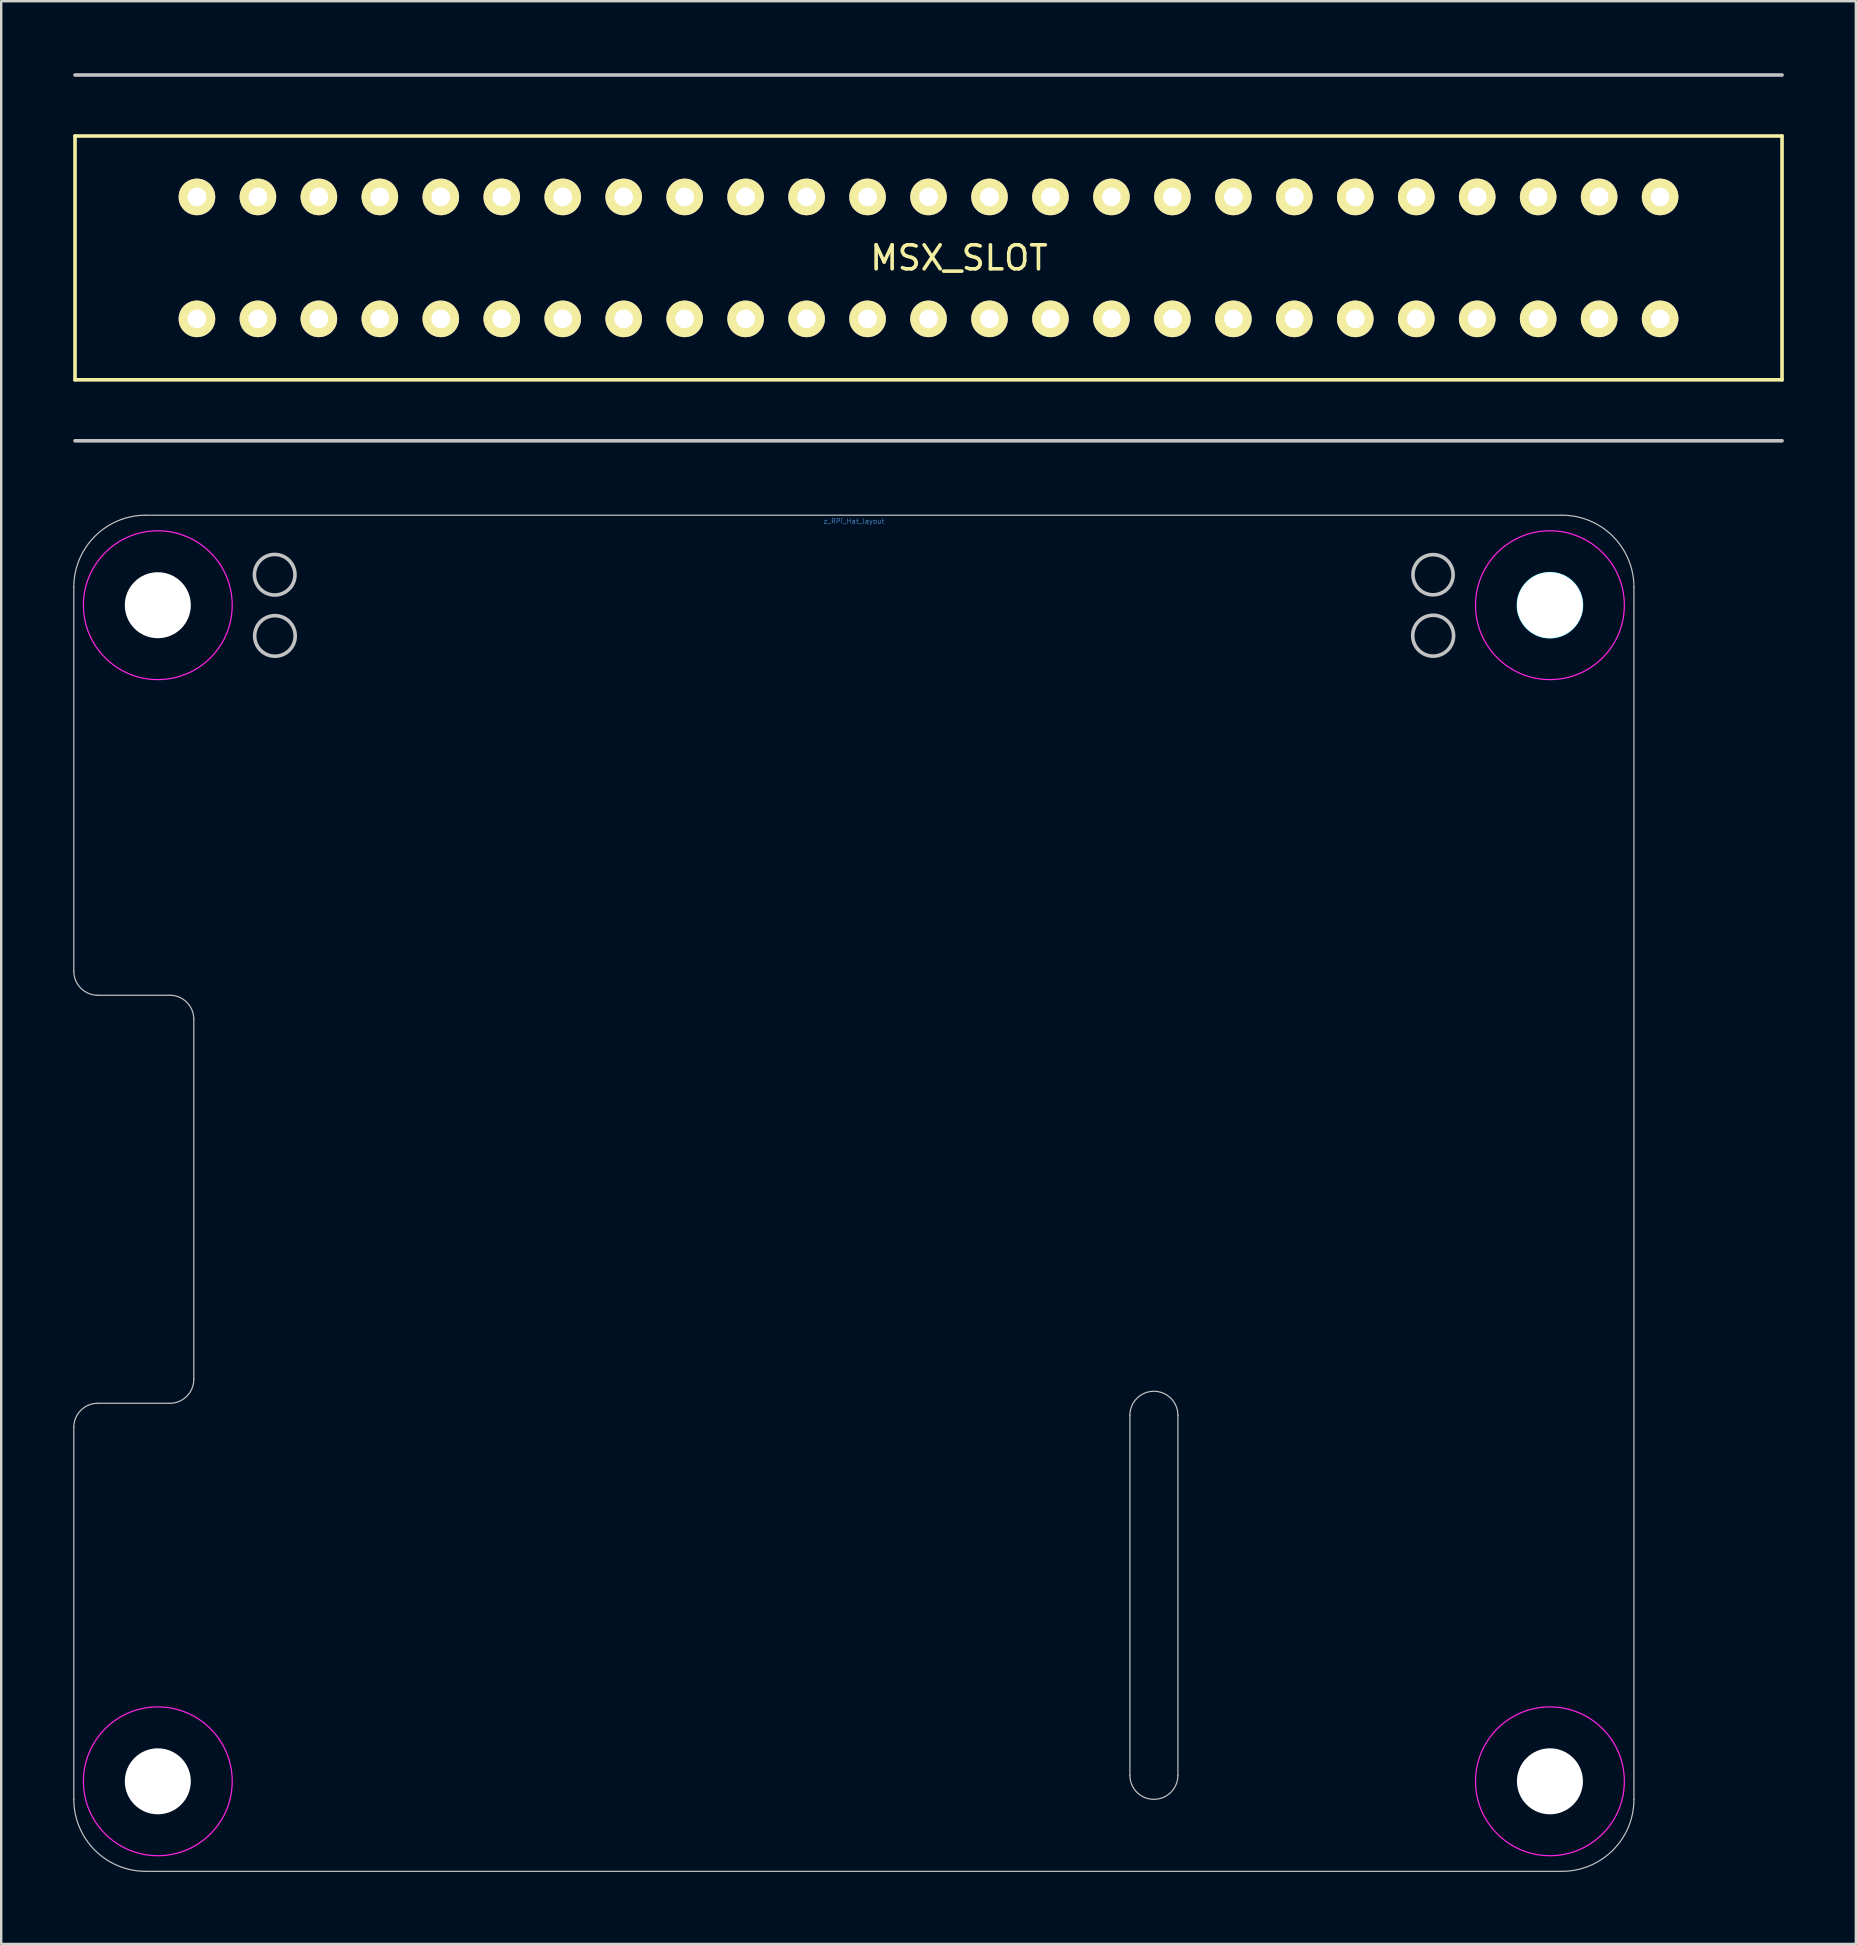
<source format=kicad_pcb>
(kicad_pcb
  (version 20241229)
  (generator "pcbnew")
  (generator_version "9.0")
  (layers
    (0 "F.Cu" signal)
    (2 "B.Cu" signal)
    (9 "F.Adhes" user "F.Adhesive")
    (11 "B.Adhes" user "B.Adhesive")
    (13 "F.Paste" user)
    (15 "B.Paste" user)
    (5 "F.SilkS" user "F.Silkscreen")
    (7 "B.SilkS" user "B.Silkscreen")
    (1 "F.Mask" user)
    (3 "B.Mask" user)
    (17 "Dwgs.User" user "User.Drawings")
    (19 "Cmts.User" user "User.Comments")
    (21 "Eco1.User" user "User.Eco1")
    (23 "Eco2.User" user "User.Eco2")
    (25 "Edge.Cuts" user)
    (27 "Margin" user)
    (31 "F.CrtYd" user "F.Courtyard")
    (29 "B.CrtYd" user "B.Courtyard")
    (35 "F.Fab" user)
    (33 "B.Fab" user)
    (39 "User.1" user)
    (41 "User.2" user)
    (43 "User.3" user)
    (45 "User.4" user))
  (footprint "MSX_SLOT"
    (layer "F.Cu")
    (at 36.905 7.695)
    (property "Reference" "MSX_SLOT" (at 0 0 0) (layer "F.SilkS") (effects (font (size 1 1) (thickness 0.15))))
    (attr through_hole)
    (fp_line (start -36.83 -5.08) (end 34.29 -5.08) (stroke (width 0.15) (type solid)) (layer "F.SilkS"))
    (fp_line (start -36.83 5.08) (end -36.83 -5.08) (stroke (width 0.15) (type solid)) (layer "F.SilkS"))
    (fp_line (start 34.29 -5.08) (end 34.29 5.08) (stroke (width 0.15) (type solid)) (layer "F.SilkS"))
    (fp_line (start 34.29 5.08) (end -36.83 5.08) (stroke (width 0.15) (type solid)) (layer "F.SilkS"))
    (fp_line (start -36.83 -7.62) (end 34.29 -7.62) (stroke (width 0.15) (type solid)) (layer "Dwgs.User"))
    (fp_line (start -36.83 7.62) (end 34.29 7.62) (stroke (width 0.15) (type solid)) (layer "Dwgs.User"))
    (pad "1" thru_hole circle (at 29.21 -2.54) (size 1.524 1.524) (drill 0.78) (layers "*.Cu" "*.Mask" "F.SilkS"))
    (pad "2" thru_hole circle (at 29.21 2.54) (size 1.524 1.524) (drill 0.78) (layers "*.Cu" "*.Mask" "F.SilkS"))
    (pad "3" thru_hole circle (at 26.67 -2.54) (size 1.524 1.524) (drill 0.78) (layers "*.Cu" "*.Mask" "F.SilkS"))
    (pad "4" thru_hole circle (at 26.67 2.54) (size 1.524 1.524) (drill 0.78) (layers "*.Cu" "*.Mask" "F.SilkS"))
    (pad "5" thru_hole circle (at 24.13 -2.54) (size 1.524 1.524) (drill 0.78) (layers "*.Cu" "*.Mask" "F.SilkS"))
    (pad "6" thru_hole circle (at 24.13 2.54) (size 1.524 1.524) (drill 0.78) (layers "*.Cu" "*.Mask" "F.SilkS"))
    (pad "7" thru_hole circle (at 21.59 -2.54) (size 1.524 1.524) (drill 0.78) (layers "*.Cu" "*.Mask" "F.SilkS"))
    (pad "8" thru_hole circle (at 21.59 2.54) (size 1.524 1.524) (drill 0.78) (layers "*.Cu" "*.Mask" "F.SilkS"))
    (pad "9" thru_hole circle (at 19.05 -2.54) (size 1.524 1.524) (drill 0.78) (layers "*.Cu" "*.Mask" "F.SilkS"))
    (pad "10" thru_hole circle (at 19.05 2.54) (size 1.524 1.524) (drill 0.78) (layers "*.Cu" "*.Mask" "F.SilkS"))
    (pad "11" thru_hole circle (at 16.51 -2.54) (size 1.524 1.524) (drill 0.78) (layers "*.Cu" "*.Mask" "F.SilkS"))
    (pad "12" thru_hole circle (at 16.51 2.54) (size 1.524 1.524) (drill 0.78) (layers "*.Cu" "*.Mask" "F.SilkS"))
    (pad "13" thru_hole circle (at 13.97 -2.54) (size 1.524 1.524) (drill 0.78) (layers "*.Cu" "*.Mask" "F.SilkS"))
    (pad "14" thru_hole circle (at 13.97 2.54) (size 1.524 1.524) (drill 0.78) (layers "*.Cu" "*.Mask" "F.SilkS"))
    (pad "15" thru_hole circle (at 11.43 -2.54) (size 1.524 1.524) (drill 0.78) (layers "*.Cu" "*.Mask" "F.SilkS"))
    (pad "16" thru_hole circle (at 11.43 2.54) (size 1.524 1.524) (drill 0.78) (layers "*.Cu" "*.Mask" "F.SilkS"))
    (pad "17" thru_hole circle (at 8.89 -2.54) (size 1.524 1.524) (drill 0.78) (layers "*.Cu" "*.Mask" "F.SilkS"))
    (pad "18" thru_hole circle (at 8.89 2.54) (size 1.524 1.524) (drill 0.78) (layers "*.Cu" "*.Mask" "F.SilkS"))
    (pad "19" thru_hole circle (at 6.35 -2.54) (size 1.524 1.524) (drill 0.78) (layers "*.Cu" "*.Mask" "F.SilkS"))
    (pad "20" thru_hole circle (at 6.35 2.54) (size 1.524 1.524) (drill 0.78) (layers "*.Cu" "*.Mask" "F.SilkS"))
    (pad "21" thru_hole circle (at 3.81 -2.54) (size 1.524 1.524) (drill 0.78) (layers "*.Cu" "*.Mask" "F.SilkS"))
    (pad "22" thru_hole circle (at 3.81 2.54) (size 1.524 1.524) (drill 0.78) (layers "*.Cu" "*.Mask" "F.SilkS"))
    (pad "23" thru_hole circle (at 1.27 -2.54) (size 1.524 1.524) (drill 0.78) (layers "*.Cu" "*.Mask" "F.SilkS"))
    (pad "24" thru_hole circle (at 1.27 2.54) (size 1.524 1.524) (drill 0.78) (layers "*.Cu" "*.Mask" "F.SilkS"))
    (pad "25" thru_hole circle (at -1.27 -2.54) (size 1.524 1.524) (drill 0.78) (layers "*.Cu" "*.Mask" "F.SilkS"))
    (pad "26" thru_hole circle (at -1.27 2.54) (size 1.524 1.524) (drill 0.78) (layers "*.Cu" "*.Mask" "F.SilkS"))
    (pad "27" thru_hole circle (at -3.81 -2.54) (size 1.524 1.524) (drill 0.78) (layers "*.Cu" "*.Mask" "F.SilkS"))
    (pad "28" thru_hole circle (at -3.81 2.54) (size 1.524 1.524) (drill 0.78) (layers "*.Cu" "*.Mask" "F.SilkS"))
    (pad "29" thru_hole circle (at -6.35 -2.54) (size 1.524 1.524) (drill 0.78) (layers "*.Cu" "*.Mask" "F.SilkS"))
    (pad "30" thru_hole circle (at -6.35 2.54) (size 1.524 1.524) (drill 0.78) (layers "*.Cu" "*.Mask" "F.SilkS"))
    (pad "31" thru_hole circle (at -8.89 -2.54) (size 1.524 1.524) (drill 0.78) (layers "*.Cu" "*.Mask" "F.SilkS"))
    (pad "32" thru_hole circle (at -8.89 2.54) (size 1.524 1.524) (drill 0.78) (layers "*.Cu" "*.Mask" "F.SilkS"))
    (pad "33" thru_hole circle (at -11.43 -2.54) (size 1.524 1.524) (drill 0.78) (layers "*.Cu" "*.Mask" "F.SilkS"))
    (pad "34" thru_hole circle (at -11.43 2.54) (size 1.524 1.524) (drill 0.78) (layers "*.Cu" "*.Mask" "F.SilkS"))
    (pad "35" thru_hole circle (at -13.97 -2.54) (size 1.524 1.524) (drill 0.78) (layers "*.Cu" "*.Mask" "F.SilkS"))
    (pad "36" thru_hole circle (at -13.97 2.54) (size 1.524 1.524) (drill 0.78) (layers "*.Cu" "*.Mask" "F.SilkS"))
    (pad "37" thru_hole circle (at -16.51 -2.54) (size 1.524 1.524) (drill 0.78) (layers "*.Cu" "*.Mask" "F.SilkS"))
    (pad "38" thru_hole circle (at -16.51 2.54) (size 1.524 1.524) (drill 0.78) (layers "*.Cu" "*.Mask" "F.SilkS"))
    (pad "39" thru_hole circle (at -19.05 -2.54) (size 1.524 1.524) (drill 0.78) (layers "*.Cu" "*.Mask" "F.SilkS"))
    (pad "40" thru_hole circle (at -19.05 2.54) (size 1.524 1.524) (drill 0.78) (layers "*.Cu" "*.Mask" "F.SilkS"))
    (pad "41" thru_hole circle (at -21.59 -2.54) (size 1.524 1.524) (drill 0.78) (layers "*.Cu" "*.Mask" "F.SilkS"))
    (pad "42" thru_hole circle (at -21.59 2.54) (size 1.524 1.524) (drill 0.78) (layers "*.Cu" "*.Mask" "F.SilkS"))
    (pad "43" thru_hole circle (at -24.13 -2.54) (size 1.524 1.524) (drill 0.78) (layers "*.Cu" "*.Mask" "F.SilkS"))
    (pad "44" thru_hole circle (at -24.13 2.54) (size 1.524 1.524) (drill 0.78) (layers "*.Cu" "*.Mask" "F.SilkS"))
    (pad "45" thru_hole circle (at -26.67 -2.54) (size 1.524 1.524) (drill 0.78) (layers "*.Cu" "*.Mask" "F.SilkS"))
    (pad "46" thru_hole circle (at -26.67 2.54) (size 1.524 1.524) (drill 0.78) (layers "*.Cu" "*.Mask" "F.SilkS"))
    (pad "47" thru_hole circle (at -29.21 -2.54) (size 1.524 1.524) (drill 0.78) (layers "*.Cu" "*.Mask" "F.SilkS"))
    (pad "48" thru_hole circle (at -29.21 2.54) (size 1.524 1.524) (drill 0.78) (layers "*.Cu" "*.Mask" "F.SilkS"))
    (pad "49" thru_hole circle (at -31.75 -2.54) (size 1.524 1.524) (drill 0.78) (layers "*.Cu" "*.Mask" "F.SilkS"))
    (pad "50" thru_hole circle (at -31.75 2.54) (size 1.524 1.524) (drill 0.78) (layers "*.Cu" "*.Mask" "F.SilkS")))
  (footprint "z_RPi_Hat_layout"
    (layer "F.Cu")
    (at 32.525 46.665)
    (property "Reference" "z_RPi_Hat_layout" (at 0 -28 0) (layer "Cmts.User") (effects (font (size 0.2 0.2) (thickness 0.02))))
    (attr through_hole)
    (fp_line (start -32.5 -25.25) (end -32.5 -9.25) (stroke (width 0.05) (type solid)) (layer "Dwgs.User"))
    (fp_line (start -32.5 9.75) (end -32.5 25.25) (stroke (width 0.05) (type solid)) (layer "Dwgs.User"))
    (fp_line (start -31.5 -8.25) (end -28.5 -8.25) (stroke (width 0.05) (type solid)) (layer "Dwgs.User"))
    (fp_line (start -31.5 8.75) (end -28.5 8.75) (stroke (width 0.05) (type solid)) (layer "Dwgs.User"))
    (fp_line (start -29.5 -28.25) (end 29.5 -28.25) (stroke (width 0.05) (type solid)) (layer "Dwgs.User"))
    (fp_line (start -29.5 28.25) (end 29.5 28.25) (stroke (width 0.05) (type solid)) (layer "Dwgs.User"))
    (fp_line (start -27.5 -7.25) (end -27.5 7.75) (stroke (width 0.05) (type solid)) (layer "Dwgs.User"))
    (fp_line (start 11.5 9.25) (end 11.5 24.25) (stroke (width 0.05) (type solid)) (layer "Dwgs.User"))
    (fp_line (start 13.5 9.25) (end 13.5 24.25) (stroke (width 0.05) (type solid)) (layer "Dwgs.User"))
    (fp_line (start 32.5 -25.25) (end 32.5 25.25) (stroke (width 0.05) (type solid)) (layer "Dwgs.User"))
    (fp_arc (start -32.5 -25.25) (mid -31.62132 -27.37132) (end -29.5 -28.25) (stroke (width 0.05) (type solid)) (layer "Dwgs.User"))
    (fp_arc (start -32.5 9.75) (mid -32.207107 9.042893) (end -31.5 8.75) (stroke (width 0.05) (type solid)) (layer "Dwgs.User"))
    (fp_arc (start -31.5 -8.25) (mid -32.207107 -8.542893) (end -32.5 -9.25) (stroke (width 0.05) (type solid)) (layer "Dwgs.User"))
    (fp_arc (start -29.5 28.25) (mid -31.62132 27.37132) (end -32.5 25.25) (stroke (width 0.05) (type solid)) (layer "Dwgs.User"))
    (fp_arc (start -28.5 -8.25) (mid -27.792893 -7.957107) (end -27.5 -7.25) (stroke (width 0.05) (type solid)) (layer "Dwgs.User"))
    (fp_arc (start -27.5 7.75) (mid -27.792893 8.457107) (end -28.5 8.75) (stroke (width 0.05) (type solid)) (layer "Dwgs.User"))
    (fp_arc (start 11.5 9.25) (mid 12.5 8.25) (end 13.5 9.25) (stroke (width 0.05) (type solid)) (layer "Dwgs.User"))
    (fp_arc (start 13.5 24.25) (mid 12.5 25.25) (end 11.5 24.25) (stroke (width 0.05) (type solid)) (layer "Dwgs.User"))
    (fp_arc (start 29.5 -28.25) (mid 31.62132 -27.37132) (end 32.5 -25.25) (stroke (width 0.05) (type solid)) (layer "Dwgs.User"))
    (fp_arc (start 32.5 25.25) (mid 31.62132 27.37132) (end 29.5 28.25) (stroke (width 0.05) (type solid)) (layer "Dwgs.User"))
    (fp_circle (center -24.13 -25.77) (end -23.5 -25.207) (stroke (width 0.15) (type solid)) (fill no) (layer "Dwgs.User"))
    (fp_circle (center -24.12 -23.22) (end -23.49 -22.657) (stroke (width 0.15) (type solid)) (fill no) (layer "Dwgs.User"))
    (fp_circle (center 24.13 -25.77) (end 24.714 -25.171) (stroke (width 0.15) (type solid)) (fill no) (layer "Dwgs.User"))
    (fp_circle (center 24.135 -23.23) (end 24.765 -22.657) (stroke (width 0.15) (type solid)) (fill no) (layer "Dwgs.User"))
    (fp_circle (center 29 -24.5) (end 30.058 -23.724) (stroke (width 0.15) (type solid)) (fill no) (layer "B.CrtYd"))
    (fp_circle (center -29 -24.5) (end -32.1 -24.5) (stroke (width 0.05) (type solid)) (fill no) (layer "F.CrtYd"))
    (fp_circle (center -29 24.5) (end -32.1 24.5) (stroke (width 0.05) (type solid)) (fill no) (layer "F.CrtYd"))
    (fp_circle (center 29 -24.5) (end 25.9 -24.5) (stroke (width 0.05) (type solid)) (fill no) (layer "F.CrtYd"))
    (fp_circle (center 29 24.5) (end 25.9 24.5) (stroke (width 0.05) (type solid)) (fill no) (layer "F.CrtYd"))
    (pad "" np_thru_hole circle (at -29 -24.5) (size 2.75 2.75) (drill 2.75) (layers "*.Cu" "*.Mask"))
    (pad "" np_thru_hole circle (at -29 24.5) (size 2.75 2.75) (drill 2.75) (layers "*.Cu" "*.Mask"))
    (pad "" np_thru_hole circle (at 29 -24.5) (size 2.75 2.75) (drill 2.75) (layers "*.Cu" "*.Mask"))
    (pad "" np_thru_hole circle (at 29 24.5) (size 2.75 2.75) (drill 2.75) (layers "*.Cu" "*.Mask")))
  (gr_rect
    (start -3 -3)
    (end 74.27 77.94)
    (stroke (width 0.1) (type default))
    (fill no)
    (layer "Edge.Cuts")))
</source>
